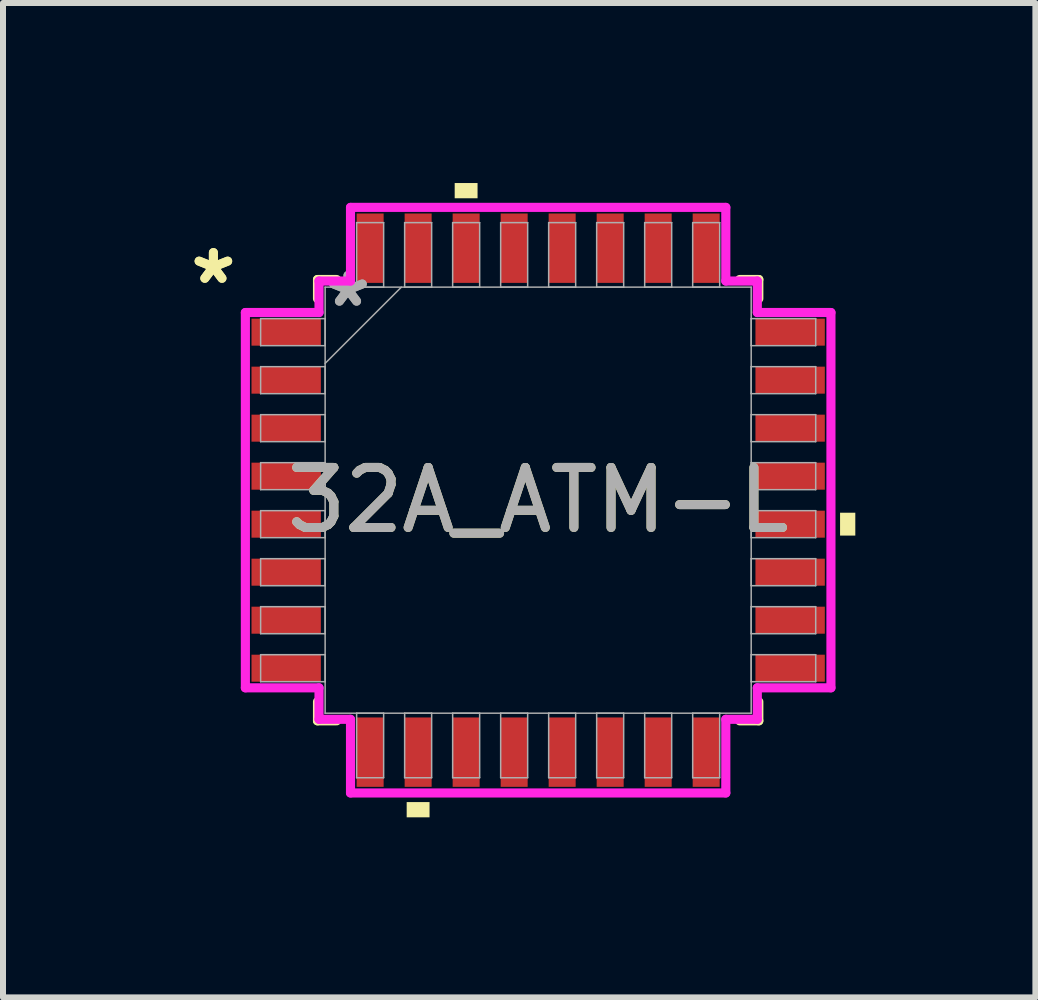
<source format=kicad_pcb>
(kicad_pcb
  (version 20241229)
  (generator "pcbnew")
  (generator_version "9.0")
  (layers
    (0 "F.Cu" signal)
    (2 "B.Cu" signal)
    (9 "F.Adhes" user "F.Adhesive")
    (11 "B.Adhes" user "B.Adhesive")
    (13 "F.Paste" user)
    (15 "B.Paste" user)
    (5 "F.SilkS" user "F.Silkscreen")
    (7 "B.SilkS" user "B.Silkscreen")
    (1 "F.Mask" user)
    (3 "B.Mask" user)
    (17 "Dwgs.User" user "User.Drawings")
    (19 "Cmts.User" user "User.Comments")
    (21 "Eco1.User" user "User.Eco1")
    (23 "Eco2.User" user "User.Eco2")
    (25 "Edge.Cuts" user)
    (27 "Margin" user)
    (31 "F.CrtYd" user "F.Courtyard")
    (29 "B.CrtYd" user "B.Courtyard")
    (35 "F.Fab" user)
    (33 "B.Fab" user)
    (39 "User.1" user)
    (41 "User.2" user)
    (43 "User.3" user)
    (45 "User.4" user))
  (footprint "32A_ATM-L"
    (layer "F.Cu")
    (at 5.918 5.285)
    (property "Reference" "32A_ATM-L" (at 0 0 0) (unlocked yes) (layer "F.SilkS") (effects (font (size 1 1) (thickness 0.15))))
    (attr smd)
    (fp_line (start -3.677 -3.677) (end -3.677 -3.358) (stroke (width 0.152) (type solid)) (layer "F.SilkS"))
    (fp_line (start -3.677 3.358) (end -3.677 3.677) (stroke (width 0.152) (type solid)) (layer "F.SilkS"))
    (fp_line (start -3.677 3.677) (end -3.358 3.677) (stroke (width 0.152) (type solid)) (layer "F.SilkS"))
    (fp_line (start -3.358 -3.677) (end -3.677 -3.677) (stroke (width 0.152) (type solid)) (layer "F.SilkS"))
    (fp_line (start 3.358 3.677) (end 3.677 3.677) (stroke (width 0.152) (type solid)) (layer "F.SilkS"))
    (fp_line (start 3.677 -3.677) (end 3.358 -3.677) (stroke (width 0.152) (type solid)) (layer "F.SilkS"))
    (fp_line (start 3.677 -3.358) (end 3.677 -3.677) (stroke (width 0.152) (type solid)) (layer "F.SilkS"))
    (fp_line (start 3.677 3.677) (end 3.677 3.358) (stroke (width 0.152) (type solid)) (layer "F.SilkS"))
    (fp_poly (pts (xy -2.191 5.031) (xy -2.191 5.285) (xy -1.81 5.285) (xy -1.81 5.031)) (stroke (width 0) (type solid)) (fill yes) (layer "F.SilkS"))
    (fp_poly (pts (xy -1.391 -5.031) (xy -1.391 -5.285) (xy -1.01 -5.285) (xy -1.01 -5.031)) (stroke (width 0) (type solid)) (fill yes) (layer "F.SilkS"))
    (fp_poly (pts (xy 5.285 0.209) (xy 5.285 0.59) (xy 5.031 0.59) (xy 5.031 0.209)) (stroke (width 0) (type solid)) (fill yes) (layer "F.SilkS"))
    (fp_line (start -4.879 -3.127) (end -3.652 -3.127) (stroke (width 0.152) (type solid)) (layer "F.CrtYd"))
    (fp_line (start -4.879 3.127) (end -4.879 -3.127) (stroke (width 0.152) (type solid)) (layer "F.CrtYd"))
    (fp_line (start -3.652 -3.652) (end -3.127 -3.652) (stroke (width 0.152) (type solid)) (layer "F.CrtYd"))
    (fp_line (start -3.652 -3.127) (end -3.652 -3.652) (stroke (width 0.152) (type solid)) (layer "F.CrtYd"))
    (fp_line (start -3.652 3.127) (end -4.879 3.127) (stroke (width 0.152) (type solid)) (layer "F.CrtYd"))
    (fp_line (start -3.652 3.652) (end -3.652 3.127) (stroke (width 0.152) (type solid)) (layer "F.CrtYd"))
    (fp_line (start -3.652 3.652) (end -3.127 3.652) (stroke (width 0.152) (type solid)) (layer "F.CrtYd"))
    (fp_line (start -3.127 -4.879) (end 3.127 -4.879) (stroke (width 0.152) (type solid)) (layer "F.CrtYd"))
    (fp_line (start -3.127 -3.652) (end -3.127 -4.879) (stroke (width 0.152) (type solid)) (layer "F.CrtYd"))
    (fp_line (start -3.127 3.652) (end -3.127 4.879) (stroke (width 0.152) (type solid)) (layer "F.CrtYd"))
    (fp_line (start -3.127 4.879) (end 3.127 4.879) (stroke (width 0.152) (type solid)) (layer "F.CrtYd"))
    (fp_line (start 3.127 -4.879) (end 3.127 -3.652) (stroke (width 0.152) (type solid)) (layer "F.CrtYd"))
    (fp_line (start 3.127 -3.652) (end 3.652 -3.652) (stroke (width 0.152) (type solid)) (layer "F.CrtYd"))
    (fp_line (start 3.127 3.652) (end 3.652 3.652) (stroke (width 0.152) (type solid)) (layer "F.CrtYd"))
    (fp_line (start 3.127 4.879) (end 3.127 3.652) (stroke (width 0.152) (type solid)) (layer "F.CrtYd"))
    (fp_line (start 3.652 -3.127) (end 3.652 -3.652) (stroke (width 0.152) (type solid)) (layer "F.CrtYd"))
    (fp_line (start 3.652 3.127) (end 4.879 3.127) (stroke (width 0.152) (type solid)) (layer "F.CrtYd"))
    (fp_line (start 3.652 3.652) (end 3.652 3.127) (stroke (width 0.152) (type solid)) (layer "F.CrtYd"))
    (fp_line (start 4.879 -3.127) (end 3.652 -3.127) (stroke (width 0.152) (type solid)) (layer "F.CrtYd"))
    (fp_line (start 4.879 3.127) (end 4.879 -3.127) (stroke (width 0.152) (type solid)) (layer "F.CrtYd"))
    (fp_line (start -4.625 -3.025) (end -4.625 -2.575) (stroke (width 0.025) (type solid)) (layer "F.Fab"))
    (fp_line (start -4.625 -2.575) (end -3.55 -2.575) (stroke (width 0.025) (type solid)) (layer "F.Fab"))
    (fp_line (start -4.625 -2.225) (end -4.625 -1.775) (stroke (width 0.025) (type solid)) (layer "F.Fab"))
    (fp_line (start -4.625 -1.775) (end -3.55 -1.775) (stroke (width 0.025) (type solid)) (layer "F.Fab"))
    (fp_line (start -4.625 -1.425) (end -4.625 -0.975) (stroke (width 0.025) (type solid)) (layer "F.Fab"))
    (fp_line (start -4.625 -0.975) (end -3.55 -0.975) (stroke (width 0.025) (type solid)) (layer "F.Fab"))
    (fp_line (start -4.625 -0.625) (end -4.625 -0.175) (stroke (width 0.025) (type solid)) (layer "F.Fab"))
    (fp_line (start -4.625 -0.175) (end -3.55 -0.175) (stroke (width 0.025) (type solid)) (layer "F.Fab"))
    (fp_line (start -4.625 0.175) (end -4.625 0.625) (stroke (width 0.025) (type solid)) (layer "F.Fab"))
    (fp_line (start -4.625 0.625) (end -3.55 0.625) (stroke (width 0.025) (type solid)) (layer "F.Fab"))
    (fp_line (start -4.625 0.975) (end -4.625 1.425) (stroke (width 0.025) (type solid)) (layer "F.Fab"))
    (fp_line (start -4.625 1.425) (end -3.55 1.425) (stroke (width 0.025) (type solid)) (layer "F.Fab"))
    (fp_line (start -4.625 1.775) (end -4.625 2.225) (stroke (width 0.025) (type solid)) (layer "F.Fab"))
    (fp_line (start -4.625 2.225) (end -3.55 2.225) (stroke (width 0.025) (type solid)) (layer "F.Fab"))
    (fp_line (start -4.625 2.575) (end -4.625 3.025) (stroke (width 0.025) (type solid)) (layer "F.Fab"))
    (fp_line (start -4.625 3.025) (end -3.55 3.025) (stroke (width 0.025) (type solid)) (layer "F.Fab"))
    (fp_line (start -3.55 -3.55) (end -3.55 3.55) (stroke (width 0.025) (type solid)) (layer "F.Fab"))
    (fp_line (start -3.55 -3.025) (end -4.625 -3.025) (stroke (width 0.025) (type solid)) (layer "F.Fab"))
    (fp_line (start -3.55 -2.575) (end -3.55 -3.025) (stroke (width 0.025) (type solid)) (layer "F.Fab"))
    (fp_line (start -3.55 -2.28) (end -2.28 -3.55) (stroke (width 0.025) (type solid)) (layer "F.Fab"))
    (fp_line (start -3.55 -2.225) (end -4.625 -2.225) (stroke (width 0.025) (type solid)) (layer "F.Fab"))
    (fp_line (start -3.55 -1.775) (end -3.55 -2.225) (stroke (width 0.025) (type solid)) (layer "F.Fab"))
    (fp_line (start -3.55 -1.425) (end -4.625 -1.425) (stroke (width 0.025) (type solid)) (layer "F.Fab"))
    (fp_line (start -3.55 -0.975) (end -3.55 -1.425) (stroke (width 0.025) (type solid)) (layer "F.Fab"))
    (fp_line (start -3.55 -0.625) (end -4.625 -0.625) (stroke (width 0.025) (type solid)) (layer "F.Fab"))
    (fp_line (start -3.55 -0.175) (end -3.55 -0.625) (stroke (width 0.025) (type solid)) (layer "F.Fab"))
    (fp_line (start -3.55 0.175) (end -4.625 0.175) (stroke (width 0.025) (type solid)) (layer "F.Fab"))
    (fp_line (start -3.55 0.625) (end -3.55 0.175) (stroke (width 0.025) (type solid)) (layer "F.Fab"))
    (fp_line (start -3.55 0.975) (end -4.625 0.975) (stroke (width 0.025) (type solid)) (layer "F.Fab"))
    (fp_line (start -3.55 1.425) (end -3.55 0.975) (stroke (width 0.025) (type solid)) (layer "F.Fab"))
    (fp_line (start -3.55 1.775) (end -4.625 1.775) (stroke (width 0.025) (type solid)) (layer "F.Fab"))
    (fp_line (start -3.55 2.225) (end -3.55 1.775) (stroke (width 0.025) (type solid)) (layer "F.Fab"))
    (fp_line (start -3.55 2.575) (end -4.625 2.575) (stroke (width 0.025) (type solid)) (layer "F.Fab"))
    (fp_line (start -3.55 3.025) (end -3.55 2.575) (stroke (width 0.025) (type solid)) (layer "F.Fab"))
    (fp_line (start -3.55 3.55) (end 3.55 3.55) (stroke (width 0.025) (type solid)) (layer "F.Fab"))
    (fp_line (start -3.025 -4.625) (end -3.025 -3.55) (stroke (width 0.025) (type solid)) (layer "F.Fab"))
    (fp_line (start -3.025 -3.55) (end -2.575 -3.55) (stroke (width 0.025) (type solid)) (layer "F.Fab"))
    (fp_line (start -3.025 3.55) (end -3.025 4.625) (stroke (width 0.025) (type solid)) (layer "F.Fab"))
    (fp_line (start -3.025 4.625) (end -2.575 4.625) (stroke (width 0.025) (type solid)) (layer "F.Fab"))
    (fp_line (start -2.575 3.55) (end -3.025 3.55) (stroke (width 0.025) (type solid)) (layer "F.Fab"))
    (fp_line (start -2.575 4.625) (end -2.575 3.55) (stroke (width 0.025) (type solid)) (layer "F.Fab"))
    (fp_line (start -2.575 -4.625) (end -3.025 -4.625) (stroke (width 0.025) (type solid)) (layer "F.Fab"))
    (fp_line (start -2.575 -3.55) (end -2.575 -4.625) (stroke (width 0.025) (type solid)) (layer "F.Fab"))
    (fp_line (start -2.225 -4.625) (end -2.225 -3.55) (stroke (width 0.025) (type solid)) (layer "F.Fab"))
    (fp_line (start -2.225 -3.55) (end -1.775 -3.55) (stroke (width 0.025) (type solid)) (layer "F.Fab"))
    (fp_line (start -2.225 3.55) (end -2.225 4.625) (stroke (width 0.025) (type solid)) (layer "F.Fab"))
    (fp_line (start -2.225 4.625) (end -1.775 4.625) (stroke (width 0.025) (type solid)) (layer "F.Fab"))
    (fp_line (start -1.775 -4.625) (end -2.225 -4.625) (stroke (width 0.025) (type solid)) (layer "F.Fab"))
    (fp_line (start -1.775 -3.55) (end -1.775 -4.625) (stroke (width 0.025) (type solid)) (layer "F.Fab"))
    (fp_line (start -1.775 3.55) (end -2.225 3.55) (stroke (width 0.025) (type solid)) (layer "F.Fab"))
    (fp_line (start -1.775 4.625) (end -1.775 3.55) (stroke (width 0.025) (type solid)) (layer "F.Fab"))
    (fp_line (start -1.425 -4.625) (end -1.425 -3.55) (stroke (width 0.025) (type solid)) (layer "F.Fab"))
    (fp_line (start -1.425 -3.55) (end -0.975 -3.55) (stroke (width 0.025) (type solid)) (layer "F.Fab"))
    (fp_line (start -1.425 3.55) (end -1.425 4.625) (stroke (width 0.025) (type solid)) (layer "F.Fab"))
    (fp_line (start -1.425 4.625) (end -0.975 4.625) (stroke (width 0.025) (type solid)) (layer "F.Fab"))
    (fp_line (start -0.975 -4.625) (end -1.425 -4.625) (stroke (width 0.025) (type solid)) (layer "F.Fab"))
    (fp_line (start -0.975 -3.55) (end -0.975 -4.625) (stroke (width 0.025) (type solid)) (layer "F.Fab"))
    (fp_line (start -0.975 3.55) (end -1.425 3.55) (stroke (width 0.025) (type solid)) (layer "F.Fab"))
    (fp_line (start -0.975 4.625) (end -0.975 3.55) (stroke (width 0.025) (type solid)) (layer "F.Fab"))
    (fp_line (start -0.625 -4.625) (end -0.625 -3.55) (stroke (width 0.025) (type solid)) (layer "F.Fab"))
    (fp_line (start -0.625 -3.55) (end -0.175 -3.55) (stroke (width 0.025) (type solid)) (layer "F.Fab"))
    (fp_line (start -0.625 3.55) (end -0.625 4.625) (stroke (width 0.025) (type solid)) (layer "F.Fab"))
    (fp_line (start -0.625 4.625) (end -0.175 4.625) (stroke (width 0.025) (type solid)) (layer "F.Fab"))
    (fp_line (start -0.175 -4.625) (end -0.625 -4.625) (stroke (width 0.025) (type solid)) (layer "F.Fab"))
    (fp_line (start -0.175 -3.55) (end -0.175 -4.625) (stroke (width 0.025) (type solid)) (layer "F.Fab"))
    (fp_line (start -0.175 3.55) (end -0.625 3.55) (stroke (width 0.025) (type solid)) (layer "F.Fab"))
    (fp_line (start -0.175 4.625) (end -0.175 3.55) (stroke (width 0.025) (type solid)) (layer "F.Fab"))
    (fp_line (start 0.175 -4.625) (end 0.175 -3.55) (stroke (width 0.025) (type solid)) (layer "F.Fab"))
    (fp_line (start 0.175 -3.55) (end 0.625 -3.55) (stroke (width 0.025) (type solid)) (layer "F.Fab"))
    (fp_line (start 0.175 3.55) (end 0.175 4.625) (stroke (width 0.025) (type solid)) (layer "F.Fab"))
    (fp_line (start 0.175 4.625) (end 0.625 4.625) (stroke (width 0.025) (type solid)) (layer "F.Fab"))
    (fp_line (start 0.625 -4.625) (end 0.175 -4.625) (stroke (width 0.025) (type solid)) (layer "F.Fab"))
    (fp_line (start 0.625 -3.55) (end 0.625 -4.625) (stroke (width 0.025) (type solid)) (layer "F.Fab"))
    (fp_line (start 0.625 3.55) (end 0.175 3.55) (stroke (width 0.025) (type solid)) (layer "F.Fab"))
    (fp_line (start 0.625 4.625) (end 0.625 3.55) (stroke (width 0.025) (type solid)) (layer "F.Fab"))
    (fp_line (start 0.975 -4.625) (end 0.975 -3.55) (stroke (width 0.025) (type solid)) (layer "F.Fab"))
    (fp_line (start 0.975 -3.55) (end 1.425 -3.55) (stroke (width 0.025) (type solid)) (layer "F.Fab"))
    (fp_line (start 0.975 3.55) (end 0.975 4.625) (stroke (width 0.025) (type solid)) (layer "F.Fab"))
    (fp_line (start 0.975 4.625) (end 1.425 4.625) (stroke (width 0.025) (type solid)) (layer "F.Fab"))
    (fp_line (start 1.425 -4.625) (end 0.975 -4.625) (stroke (width 0.025) (type solid)) (layer "F.Fab"))
    (fp_line (start 1.425 -3.55) (end 1.425 -4.625) (stroke (width 0.025) (type solid)) (layer "F.Fab"))
    (fp_line (start 1.425 3.55) (end 0.975 3.55) (stroke (width 0.025) (type solid)) (layer "F.Fab"))
    (fp_line (start 1.425 4.625) (end 1.425 3.55) (stroke (width 0.025) (type solid)) (layer "F.Fab"))
    (fp_line (start 1.775 -4.625) (end 1.775 -3.55) (stroke (width 0.025) (type solid)) (layer "F.Fab"))
    (fp_line (start 1.775 -3.55) (end 2.225 -3.55) (stroke (width 0.025) (type solid)) (layer "F.Fab"))
    (fp_line (start 1.775 3.55) (end 1.775 4.625) (stroke (width 0.025) (type solid)) (layer "F.Fab"))
    (fp_line (start 1.775 4.625) (end 2.225 4.625) (stroke (width 0.025) (type solid)) (layer "F.Fab"))
    (fp_line (start 2.225 -4.625) (end 1.775 -4.625) (stroke (width 0.025) (type solid)) (layer "F.Fab"))
    (fp_line (start 2.225 -3.55) (end 2.225 -4.625) (stroke (width 0.025) (type solid)) (layer "F.Fab"))
    (fp_line (start 2.225 3.55) (end 1.775 3.55) (stroke (width 0.025) (type solid)) (layer "F.Fab"))
    (fp_line (start 2.225 4.625) (end 2.225 3.55) (stroke (width 0.025) (type solid)) (layer "F.Fab"))
    (fp_line (start 2.575 3.55) (end 2.575 4.625) (stroke (width 0.025) (type solid)) (layer "F.Fab"))
    (fp_line (start 2.575 4.625) (end 3.025 4.625) (stroke (width 0.025) (type solid)) (layer "F.Fab"))
    (fp_line (start 2.575 -4.625) (end 2.575 -3.55) (stroke (width 0.025) (type solid)) (layer "F.Fab"))
    (fp_line (start 2.575 -3.55) (end 3.025 -3.55) (stroke (width 0.025) (type solid)) (layer "F.Fab"))
    (fp_line (start 3.025 -4.625) (end 2.575 -4.625) (stroke (width 0.025) (type solid)) (layer "F.Fab"))
    (fp_line (start 3.025 -3.55) (end 3.025 -4.625) (stroke (width 0.025) (type solid)) (layer "F.Fab"))
    (fp_line (start 3.025 3.55) (end 2.575 3.55) (stroke (width 0.025) (type solid)) (layer "F.Fab"))
    (fp_line (start 3.025 4.625) (end 3.025 3.55) (stroke (width 0.025) (type solid)) (layer "F.Fab"))
    (fp_line (start 3.55 -3.55) (end -3.55 -3.55) (stroke (width 0.025) (type solid)) (layer "F.Fab"))
    (fp_line (start 3.55 -3.025) (end 3.55 -2.575) (stroke (width 0.025) (type solid)) (layer "F.Fab"))
    (fp_line (start 3.55 -2.575) (end 4.625 -2.575) (stroke (width 0.025) (type solid)) (layer "F.Fab"))
    (fp_line (start 3.55 -2.225) (end 3.55 -1.775) (stroke (width 0.025) (type solid)) (layer "F.Fab"))
    (fp_line (start 3.55 -1.775) (end 4.625 -1.775) (stroke (width 0.025) (type solid)) (layer "F.Fab"))
    (fp_line (start 3.55 -1.425) (end 3.55 -0.975) (stroke (width 0.025) (type solid)) (layer "F.Fab"))
    (fp_line (start 3.55 -0.975) (end 4.625 -0.975) (stroke (width 0.025) (type solid)) (layer "F.Fab"))
    (fp_line (start 3.55 -0.625) (end 3.55 -0.175) (stroke (width 0.025) (type solid)) (layer "F.Fab"))
    (fp_line (start 3.55 -0.175) (end 4.625 -0.175) (stroke (width 0.025) (type solid)) (layer "F.Fab"))
    (fp_line (start 3.55 0.175) (end 3.55 0.625) (stroke (width 0.025) (type solid)) (layer "F.Fab"))
    (fp_line (start 3.55 0.625) (end 4.625 0.625) (stroke (width 0.025) (type solid)) (layer "F.Fab"))
    (fp_line (start 3.55 0.975) (end 3.55 1.425) (stroke (width 0.025) (type solid)) (layer "F.Fab"))
    (fp_line (start 3.55 1.425) (end 4.625 1.425) (stroke (width 0.025) (type solid)) (layer "F.Fab"))
    (fp_line (start 3.55 1.775) (end 3.55 2.225) (stroke (width 0.025) (type solid)) (layer "F.Fab"))
    (fp_line (start 3.55 2.225) (end 4.625 2.225) (stroke (width 0.025) (type solid)) (layer "F.Fab"))
    (fp_line (start 3.55 2.575) (end 3.55 3.025) (stroke (width 0.025) (type solid)) (layer "F.Fab"))
    (fp_line (start 3.55 3.025) (end 4.625 3.025) (stroke (width 0.025) (type solid)) (layer "F.Fab"))
    (fp_line (start 3.55 3.55) (end 3.55 -3.55) (stroke (width 0.025) (type solid)) (layer "F.Fab"))
    (fp_line (start 4.625 -3.025) (end 3.55 -3.025) (stroke (width 0.025) (type solid)) (layer "F.Fab"))
    (fp_line (start 4.625 -2.575) (end 4.625 -3.025) (stroke (width 0.025) (type solid)) (layer "F.Fab"))
    (fp_line (start 4.625 -2.225) (end 3.55 -2.225) (stroke (width 0.025) (type solid)) (layer "F.Fab"))
    (fp_line (start 4.625 -1.775) (end 4.625 -2.225) (stroke (width 0.025) (type solid)) (layer "F.Fab"))
    (fp_line (start 4.625 -1.425) (end 3.55 -1.425) (stroke (width 0.025) (type solid)) (layer "F.Fab"))
    (fp_line (start 4.625 -0.975) (end 4.625 -1.425) (stroke (width 0.025) (type solid)) (layer "F.Fab"))
    (fp_line (start 4.625 -0.625) (end 3.55 -0.625) (stroke (width 0.025) (type solid)) (layer "F.Fab"))
    (fp_line (start 4.625 -0.175) (end 4.625 -0.625) (stroke (width 0.025) (type solid)) (layer "F.Fab"))
    (fp_line (start 4.625 0.175) (end 3.55 0.175) (stroke (width 0.025) (type solid)) (layer "F.Fab"))
    (fp_line (start 4.625 0.625) (end 4.625 0.175) (stroke (width 0.025) (type solid)) (layer "F.Fab"))
    (fp_line (start 4.625 0.975) (end 3.55 0.975) (stroke (width 0.025) (type solid)) (layer "F.Fab"))
    (fp_line (start 4.625 1.425) (end 4.625 0.975) (stroke (width 0.025) (type solid)) (layer "F.Fab"))
    (fp_line (start 4.625 1.775) (end 3.55 1.775) (stroke (width 0.025) (type solid)) (layer "F.Fab"))
    (fp_line (start 4.625 2.225) (end 4.625 1.775) (stroke (width 0.025) (type solid)) (layer "F.Fab"))
    (fp_line (start 4.625 2.575) (end 3.55 2.575) (stroke (width 0.025) (type solid)) (layer "F.Fab"))
    (fp_line (start 4.625 3.025) (end 4.625 2.575) (stroke (width 0.025) (type solid)) (layer "F.Fab"))
    (fp_text user "*" (at -5.412 -3.581 0) (layer "F.SilkS") (effects (font (size 1 1) (thickness 0.15))))
    (fp_text user "*" (at -5.412 -3.581 0) (unlocked yes) (layer "F.SilkS") (effects (font (size 1 1) (thickness 0.15))))
    (fp_text user "*" (at -3.169 -3.2 0) (layer "F.Fab") (effects (font (size 1 1) (thickness 0.15))))
    (fp_text user "${REFERENCE}" (at 0 0 0) (unlocked yes) (layer "F.Fab") (effects (font (size 1 1) (thickness 0.15))))
    (fp_text user "*" (at -3.169 -3.2 0) (unlocked yes) (layer "F.Fab") (effects (font (size 1 1) (thickness 0.15))))
    (pad "1" smd rect (at -4.199 -2.8 90) (size 0.45 1.156) (layers "F.Cu" "F.Mask" "F.Paste"))
    (pad "2" smd rect (at -4.199 -2 90) (size 0.45 1.156) (layers "F.Cu" "F.Mask" "F.Paste"))
    (pad "3" smd rect (at -4.199 -1.2 90) (size 0.45 1.156) (layers "F.Cu" "F.Mask" "F.Paste"))
    (pad "4" smd rect (at -4.199 -0.4 90) (size 0.45 1.156) (layers "F.Cu" "F.Mask" "F.Paste"))
    (pad "5" smd rect (at -4.199 0.4 90) (size 0.45 1.156) (layers "F.Cu" "F.Mask" "F.Paste"))
    (pad "6" smd rect (at -4.199 1.2 90) (size 0.45 1.156) (layers "F.Cu" "F.Mask" "F.Paste"))
    (pad "7" smd rect (at -4.199 2 90) (size 0.45 1.156) (layers "F.Cu" "F.Mask" "F.Paste"))
    (pad "8" smd rect (at -4.199 2.8 90) (size 0.45 1.156) (layers "F.Cu" "F.Mask" "F.Paste"))
    (pad "9" smd rect (at -2.8 4.199) (size 0.45 1.156) (layers "F.Cu" "F.Mask" "F.Paste"))
    (pad "10" smd rect (at -2 4.199) (size 0.45 1.156) (layers "F.Cu" "F.Mask" "F.Paste"))
    (pad "11" smd rect (at -1.2 4.199) (size 0.45 1.156) (layers "F.Cu" "F.Mask" "F.Paste"))
    (pad "12" smd rect (at -0.4 4.199) (size 0.45 1.156) (layers "F.Cu" "F.Mask" "F.Paste"))
    (pad "13" smd rect (at 0.4 4.199) (size 0.45 1.156) (layers "F.Cu" "F.Mask" "F.Paste"))
    (pad "14" smd rect (at 1.2 4.199) (size 0.45 1.156) (layers "F.Cu" "F.Mask" "F.Paste"))
    (pad "15" smd rect (at 2 4.199) (size 0.45 1.156) (layers "F.Cu" "F.Mask" "F.Paste"))
    (pad "16" smd rect (at 2.8 4.199) (size 0.45 1.156) (layers "F.Cu" "F.Mask" "F.Paste"))
    (pad "17" smd rect (at 4.199 2.8 90) (size 0.45 1.156) (layers "F.Cu" "F.Mask" "F.Paste"))
    (pad "18" smd rect (at 4.199 2 90) (size 0.45 1.156) (layers "F.Cu" "F.Mask" "F.Paste"))
    (pad "19" smd rect (at 4.199 1.2 90) (size 0.45 1.156) (layers "F.Cu" "F.Mask" "F.Paste"))
    (pad "20" smd rect (at 4.199 0.4 90) (size 0.45 1.156) (layers "F.Cu" "F.Mask" "F.Paste"))
    (pad "21" smd rect (at 4.199 -0.4 90) (size 0.45 1.156) (layers "F.Cu" "F.Mask" "F.Paste"))
    (pad "22" smd rect (at 4.199 -1.2 90) (size 0.45 1.156) (layers "F.Cu" "F.Mask" "F.Paste"))
    (pad "23" smd rect (at 4.199 -2 90) (size 0.45 1.156) (layers "F.Cu" "F.Mask" "F.Paste"))
    (pad "24" smd rect (at 4.199 -2.8 90) (size 0.45 1.156) (layers "F.Cu" "F.Mask" "F.Paste"))
    (pad "25" smd rect (at 2.8 -4.199) (size 0.45 1.156) (layers "F.Cu" "F.Mask" "F.Paste"))
    (pad "26" smd rect (at 2 -4.199) (size 0.45 1.156) (layers "F.Cu" "F.Mask" "F.Paste"))
    (pad "27" smd rect (at 1.2 -4.199) (size 0.45 1.156) (layers "F.Cu" "F.Mask" "F.Paste"))
    (pad "28" smd rect (at 0.4 -4.199) (size 0.45 1.156) (layers "F.Cu" "F.Mask" "F.Paste"))
    (pad "29" smd rect (at -0.4 -4.199) (size 0.45 1.156) (layers "F.Cu" "F.Mask" "F.Paste"))
    (pad "30" smd rect (at -1.2 -4.199) (size 0.45 1.156) (layers "F.Cu" "F.Mask" "F.Paste"))
    (pad "31" smd rect (at -2 -4.199) (size 0.45 1.156) (layers "F.Cu" "F.Mask" "F.Paste"))
    (pad "32" smd rect (at -2.8 -4.199) (size 0.45 1.156) (layers "F.Cu" "F.Mask" "F.Paste")))
  (gr_rect
    (start -3 -3)
    (end 14.204 13.571)
    (stroke (width 0.1) (type default))
    (fill no)
    (layer "Edge.Cuts")))
</source>
